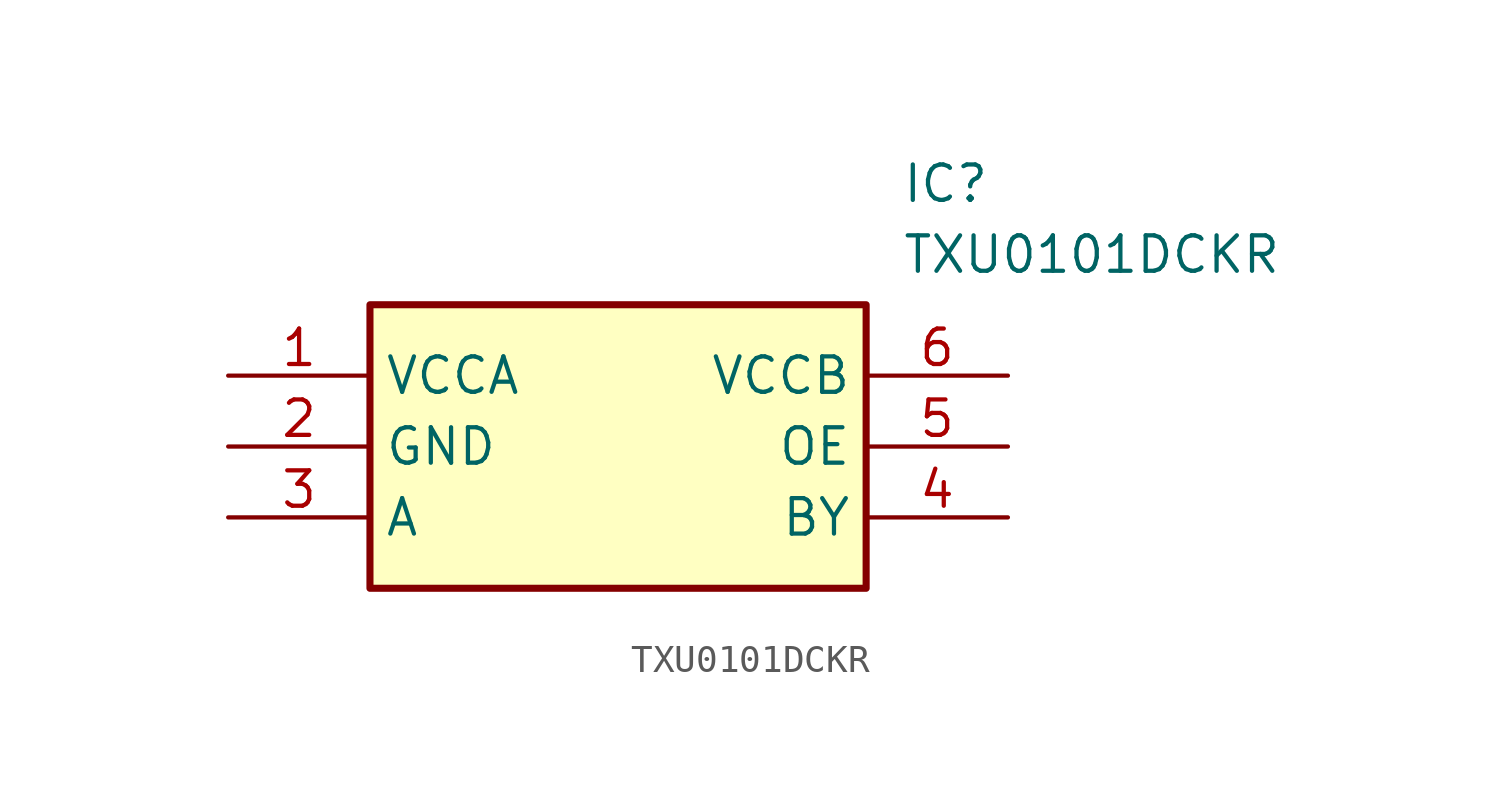
<source format=kicad_sym>
(kicad_symbol_lib
  (version 20211014)
  (generator SamacSys_ECAD_Model)
  (symbol "TXU0101DCKR"
    (property "Reference" "IC"
      (at 24.13 7.62 0)
      (effects (font (size 1.27 1.27)) (justify left top)))
    (property "Value" "TXU0101DCKR"
      (at 24.13 5.08 0)
      (effects (font (size 1.27 1.27)) (justify left top)))
    (rectangle
      (start 5.08 2.54)
      (end 22.86 -7.62)
      (stroke (width 0.254) (type default))
      (fill (type background)))
    (pin passive line
      (at 0 0 0)
      (length 5.08)
      (name "VCCA" (effects (font (size 1.27 1.27))))
      (number "1" (effects (font (size 1.27 1.27)))))
    (pin passive line
      (at 0 -2.54 0)
      (length 5.08)
      (name "GND" (effects (font (size 1.27 1.27))))
      (number "2" (effects (font (size 1.27 1.27)))))
    (pin passive line
      (at 0 -5.08 0)
      (length 5.08)
      (name "A" (effects (font (size 1.27 1.27))))
      (number "3" (effects (font (size 1.27 1.27)))))
    (pin passive line
      (at 27.94 0 180)
      (length 5.08)
      (name "VCCB" (effects (font (size 1.27 1.27))))
      (number "6" (effects (font (size 1.27 1.27)))))
    (pin passive line
      (at 27.94 -2.54 180)
      (length 5.08)
      (name "OE" (effects (font (size 1.27 1.27))))
      (number "5" (effects (font (size 1.27 1.27)))))
    (pin passive line
      (at 27.94 -5.08 180)
      (length 5.08)
      (name "BY" (effects (font (size 1.27 1.27))))
      (number "4" (effects (font (size 1.27 1.27)))))))
</source>
